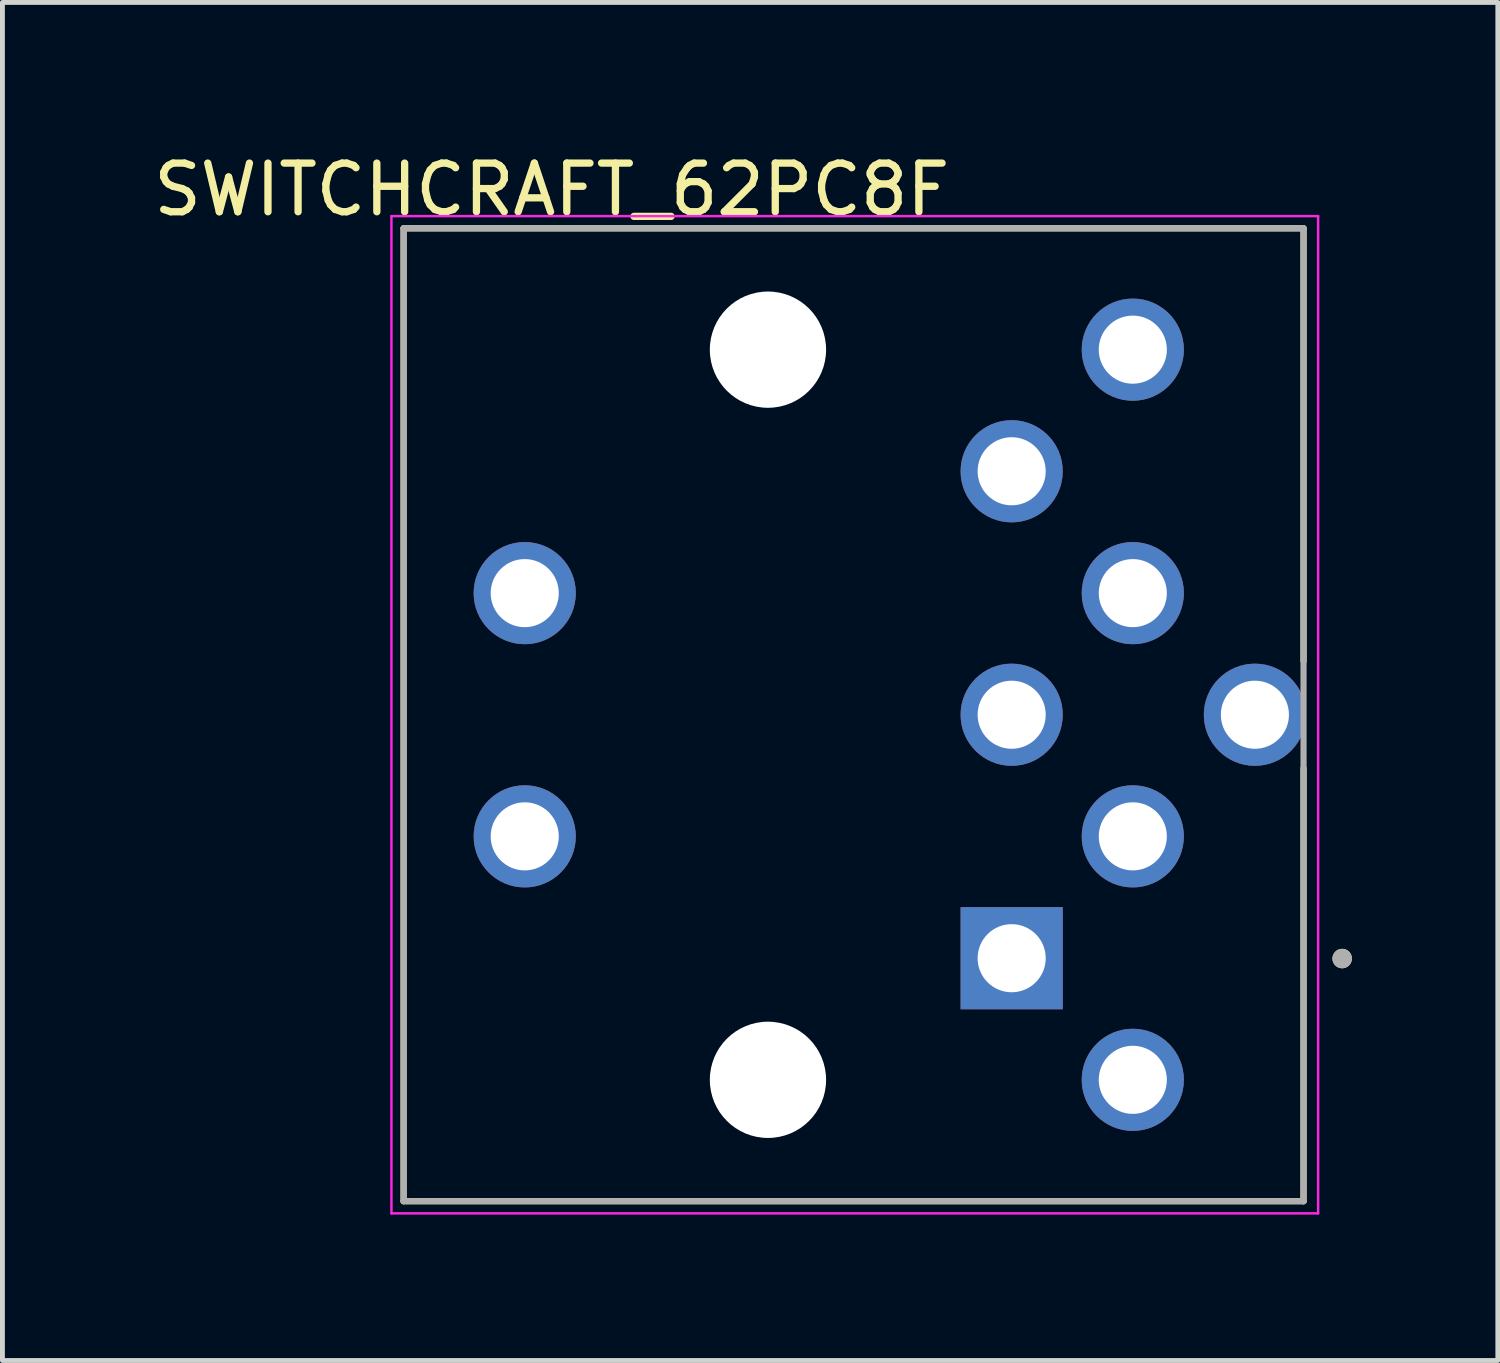
<source format=kicad_pcb>
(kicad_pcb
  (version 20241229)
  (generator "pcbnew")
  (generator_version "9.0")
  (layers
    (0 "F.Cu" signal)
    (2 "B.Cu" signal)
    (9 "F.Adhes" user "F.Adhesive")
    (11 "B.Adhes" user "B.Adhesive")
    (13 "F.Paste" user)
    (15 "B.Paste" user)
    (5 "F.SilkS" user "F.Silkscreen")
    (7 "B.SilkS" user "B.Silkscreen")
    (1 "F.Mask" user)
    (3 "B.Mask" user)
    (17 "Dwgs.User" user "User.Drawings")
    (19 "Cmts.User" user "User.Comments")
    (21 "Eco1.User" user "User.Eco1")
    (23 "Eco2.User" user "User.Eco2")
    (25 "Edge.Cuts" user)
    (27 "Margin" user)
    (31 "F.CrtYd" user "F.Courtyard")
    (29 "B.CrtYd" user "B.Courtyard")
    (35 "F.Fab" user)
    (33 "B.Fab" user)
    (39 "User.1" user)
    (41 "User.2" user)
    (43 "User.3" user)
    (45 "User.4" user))
  (footprint "SWITCHCRAFT_62PC8F"
    (layer "F.Cu")
    (at 12.737 11.643)
    (property "Reference" "SWITCHCRAFT_62PC8F" (at -4.445 -10.795 0) (layer "F.SilkS") (effects (font (size 1 1) (thickness 0.15))))
    (attr through_hole)
    (fp_circle (center 0 -7.505) (end 0.725 -7.505) (stroke (width 1.449) (type solid)) (fill no) (layer "F.Mask"))
    (fp_circle (center 0 7.505) (end 0.725 7.505) (stroke (width 1.449) (type solid)) (fill no) (layer "F.Mask"))
    (fp_circle (center 0 -7.505) (end 0.725 -7.505) (stroke (width 1.449) (type solid)) (fill no) (layer "B.Mask"))
    (fp_circle (center 0 7.505) (end 0.725 7.505) (stroke (width 1.449) (type solid)) (fill no) (layer "B.Mask"))
    (fp_line (start -7.49 -10) (end 11.01 -10) (stroke (width 0.127) (type solid)) (layer "F.SilkS"))
    (fp_line (start -7.49 10) (end -7.49 -10) (stroke (width 0.127) (type solid)) (layer "F.SilkS"))
    (fp_line (start 11.01 -10) (end 11.01 -1.1) (stroke (width 0.127) (type solid)) (layer "F.SilkS"))
    (fp_line (start 11.01 1.1) (end 11.01 10) (stroke (width 0.127) (type solid)) (layer "F.SilkS"))
    (fp_line (start 11.01 10) (end -7.49 10) (stroke (width 0.127) (type solid)) (layer "F.SilkS"))
    (fp_circle (center 11.804 5.012) (end 11.904 5.012) (stroke (width 0.2) (type solid)) (fill no) (layer "F.SilkS"))
    (fp_line (start -7.74 -10.25) (end 11.31 -10.25) (stroke (width 0.05) (type solid)) (layer "F.CrtYd"))
    (fp_line (start -7.74 10.25) (end -7.74 -10.25) (stroke (width 0.05) (type solid)) (layer "F.CrtYd"))
    (fp_line (start 11.31 -10.25) (end 11.31 10.25) (stroke (width 0.05) (type solid)) (layer "F.CrtYd"))
    (fp_line (start 11.31 10.25) (end -7.74 10.25) (stroke (width 0.05) (type solid)) (layer "F.CrtYd"))
    (fp_line (start -7.49 -10) (end 11.01 -10) (stroke (width 0.127) (type solid)) (layer "F.Fab"))
    (fp_line (start -7.49 10) (end -7.49 -10) (stroke (width 0.127) (type solid)) (layer "F.Fab"))
    (fp_line (start 11.01 -10) (end 11.01 10) (stroke (width 0.127) (type solid)) (layer "F.Fab"))
    (fp_line (start 11.01 10) (end -7.49 10) (stroke (width 0.127) (type solid)) (layer "F.Fab"))
    (fp_circle (center 11.804 5.012) (end 11.904 5.012) (stroke (width 0.2) (type solid)) (fill no) (layer "F.Fab"))
    (pad "" np_thru_hole circle (at 0 -7.505) (size 2.39 2.39) (drill 2.39) (layers "*.Cu" "*.Mask"))
    (pad "" np_thru_hole circle (at 0 7.505) (size 2.39 2.39) (drill 2.39) (layers "*.Cu" "*.Mask"))
    (pad "1" thru_hole rect (at 5.01 5.005) (size 2.1 2.1) (drill 1.4) (layers "*.Cu" "*.Mask"))
    (pad "2" thru_hole circle (at 5.01 0) (size 2.1 2.1) (drill 1.4) (layers "*.Cu" "*.Mask"))
    (pad "3" thru_hole circle (at 5.01 -5.005) (size 2.1 2.1) (drill 1.4) (layers "*.Cu" "*.Mask"))
    (pad "4" thru_hole circle (at 7.5 2.5) (size 2.1 2.1) (drill 1.4) (layers "*.Cu" "*.Mask"))
    (pad "5" thru_hole circle (at 7.5 -2.5) (size 2.1 2.1) (drill 1.4) (layers "*.Cu" "*.Mask"))
    (pad "6" thru_hole circle (at 7.5 7.505) (size 2.1 2.1) (drill 1.4) (layers "*.Cu" "*.Mask"))
    (pad "7" thru_hole circle (at 7.5 -7.505) (size 2.1 2.1) (drill 1.4) (layers "*.Cu" "*.Mask"))
    (pad "8" thru_hole circle (at 10.01 0) (size 2.1 2.1) (drill 1.4) (layers "*.Cu" "*.Mask"))
    (pad "G1" thru_hole circle (at -5 -2.5) (size 2.1 2.1) (drill 1.4) (layers "*.Cu" "*.Mask"))
    (pad "G2" thru_hole circle (at -5 2.5) (size 2.1 2.1) (drill 1.4) (layers "*.Cu" "*.Mask")))
  (gr_rect
    (start -3 -3)
    (end 27.741 24.918)
    (stroke (width 0.1) (type default))
    (fill no)
    (layer "Edge.Cuts")))
</source>
